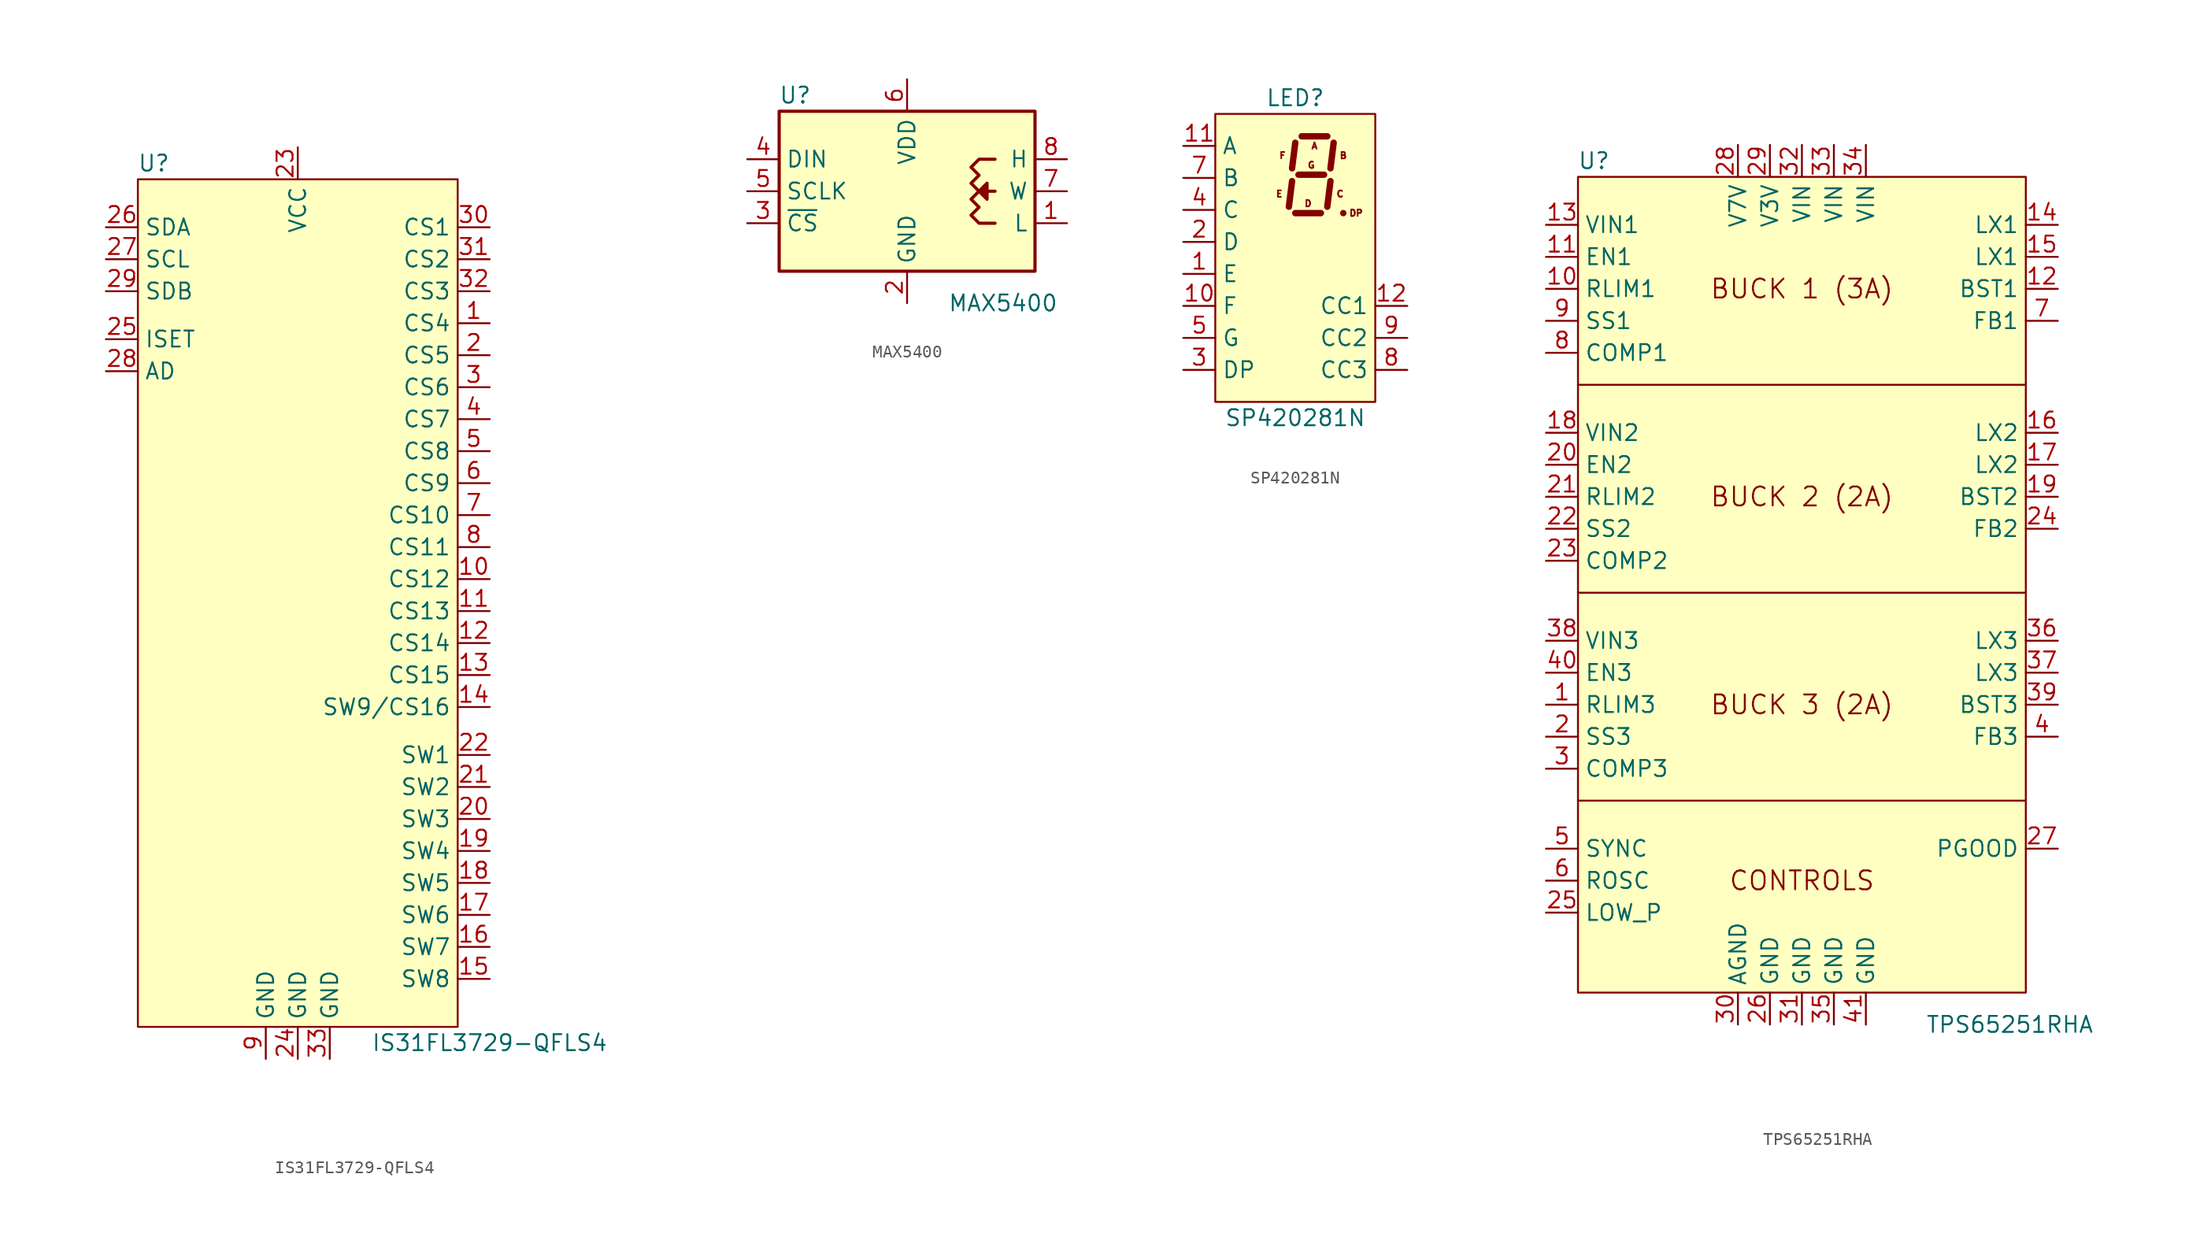
<source format=kicad_sym>
(kicad_symbol_lib
  (version 20211014)
  (generator kicad_symbol_editor)
  (symbol "IS31FL3729-QFLS4"
    (property "Reference" "U"
      (at -11.43 33.02 0)
      (effects (font (size 1.27 1.27))))
    (property "Value" "IS31FL3729-QFLS4"
      (at 15.24 -36.83 0)
      (effects (font (size 1.27 1.27))))
    (symbol "IS31FL3729-QFLS4_0_0"
      (pin input line (at 15.24 20.32 180) (length 2.54) (name "CS4" (effects (font (size 1.27 1.27)))) (number "1" (effects (font (size 1.27 1.27)))))
      (pin input line (at 15.24 0 180) (length 2.54) (name "CS12" (effects (font (size 1.27 1.27)))) (number "10" (effects (font (size 1.27 1.27)))))
      (pin input line (at 15.24 -2.54 180) (length 2.54) (name "CS13" (effects (font (size 1.27 1.27)))) (number "11" (effects (font (size 1.27 1.27)))))
      (pin input line (at 15.24 -5.08 180) (length 2.54) (name "CS14" (effects (font (size 1.27 1.27)))) (number "12" (effects (font (size 1.27 1.27)))))
      (pin input line (at 15.24 -7.62 180) (length 2.54) (name "CS15" (effects (font (size 1.27 1.27)))) (number "13" (effects (font (size 1.27 1.27)))))
      (pin bidirectional line (at 15.24 -10.16 180) (length 2.54) (name "SW9/CS16" (effects (font (size 1.27 1.27)))) (number "14" (effects (font (size 1.27 1.27)))))
      (pin output line (at 15.24 -31.75 180) (length 2.54) (name "SW8" (effects (font (size 1.27 1.27)))) (number "15" (effects (font (size 1.27 1.27)))))
      (pin output line (at 15.24 -29.21 180) (length 2.54) (name "SW7" (effects (font (size 1.27 1.27)))) (number "16" (effects (font (size 1.27 1.27)))))
      (pin output line (at 15.24 -26.67 180) (length 2.54) (name "SW6" (effects (font (size 1.27 1.27)))) (number "17" (effects (font (size 1.27 1.27)))))
      (pin output line (at 15.24 -24.13 180) (length 2.54) (name "SW5" (effects (font (size 1.27 1.27)))) (number "18" (effects (font (size 1.27 1.27)))))
      (pin output line (at 15.24 -21.59 180) (length 2.54) (name "SW4" (effects (font (size 1.27 1.27)))) (number "19" (effects (font (size 1.27 1.27)))))
      (pin input line (at 15.24 17.78 180) (length 2.54) (name "CS5" (effects (font (size 1.27 1.27)))) (number "2" (effects (font (size 1.27 1.27)))))
      (pin output line (at 15.24 -19.05 180) (length 2.54) (name "SW3" (effects (font (size 1.27 1.27)))) (number "20" (effects (font (size 1.27 1.27)))))
      (pin output line (at 15.24 -16.51 180) (length 2.54) (name "SW2" (effects (font (size 1.27 1.27)))) (number "21" (effects (font (size 1.27 1.27)))))
      (pin output line (at 15.24 -13.97 180) (length 2.54) (name "SW1" (effects (font (size 1.27 1.27)))) (number "22" (effects (font (size 1.27 1.27)))))
      (pin power_in line (at 0 34.29 270) (length 2.54) (name "VCC" (effects (font (size 1.27 1.27)))) (number "23" (effects (font (size 1.27 1.27)))))
      (pin power_in line (at 0 -38.1 90) (length 2.54) (name "GND" (effects (font (size 1.27 1.27)))) (number "24" (effects (font (size 1.27 1.27)))))
      (pin input line (at -15.24 19.05 0) (length 2.54) (name "ISET" (effects (font (size 1.27 1.27)))) (number "25" (effects (font (size 1.27 1.27)))))
      (pin bidirectional line (at -15.24 27.94 0) (length 2.54) (name "SDA" (effects (font (size 1.27 1.27)))) (number "26" (effects (font (size 1.27 1.27)))))
      (pin bidirectional line (at -15.24 25.4 0) (length 2.54) (name "SCL" (effects (font (size 1.27 1.27)))) (number "27" (effects (font (size 1.27 1.27)))))
      (pin input line (at -15.24 16.51 0) (length 2.54) (name "AD" (effects (font (size 1.27 1.27)))) (number "28" (effects (font (size 1.27 1.27)))))
      (pin input line (at -15.24 22.86 0) (length 2.54) (name "SDB" (effects (font (size 1.27 1.27)))) (number "29" (effects (font (size 1.27 1.27)))))
      (pin input line (at 15.24 15.24 180) (length 2.54) (name "CS6" (effects (font (size 1.27 1.27)))) (number "3" (effects (font (size 1.27 1.27)))))
      (pin input line (at 15.24 27.94 180) (length 2.54) (name "CS1" (effects (font (size 1.27 1.27)))) (number "30" (effects (font (size 1.27 1.27)))))
      (pin input line (at 15.24 25.4 180) (length 2.54) (name "CS2" (effects (font (size 1.27 1.27)))) (number "31" (effects (font (size 1.27 1.27)))))
      (pin input line (at 15.24 22.86 180) (length 2.54) (name "CS3" (effects (font (size 1.27 1.27)))) (number "32" (effects (font (size 1.27 1.27)))))
      (pin power_in line (at 2.54 -38.1 90) (length 2.54) (name "GND" (effects (font (size 1.27 1.27)))) (number "33" (effects (font (size 1.27 1.27)))))
      (pin input line (at 15.24 12.7 180) (length 2.54) (name "CS7" (effects (font (size 1.27 1.27)))) (number "4" (effects (font (size 1.27 1.27)))))
      (pin input line (at 15.24 10.16 180) (length 2.54) (name "CS8" (effects (font (size 1.27 1.27)))) (number "5" (effects (font (size 1.27 1.27)))))
      (pin input line (at 15.24 7.62 180) (length 2.54) (name "CS9" (effects (font (size 1.27 1.27)))) (number "6" (effects (font (size 1.27 1.27)))))
      (pin input line (at 15.24 5.08 180) (length 2.54) (name "CS10" (effects (font (size 1.27 1.27)))) (number "7" (effects (font (size 1.27 1.27)))))
      (pin input line (at 15.24 2.54 180) (length 2.54) (name "CS11" (effects (font (size 1.27 1.27)))) (number "8" (effects (font (size 1.27 1.27)))))
      (pin power_in line (at -2.54 -38.1 90) (length 2.54) (name "GND" (effects (font (size 1.27 1.27)))) (number "9" (effects (font (size 1.27 1.27))))))
    (symbol "IS31FL3729-QFLS4_0_1"
      (rectangle (start -12.7 31.75) (end 12.7 -35.56) (stroke (width 0) (type default) (color 0 0 0 0)) (fill (type background)))))
  (symbol "MAX5400"
    (property "Reference" "U"
      (at -8.89 7.62 0)
      (effects (font (size 1.27 1.27))))
    (property "Value" "MAX5400"
      (at 7.62 -8.89 0)
      (effects (font (size 1.27 1.27))))
    (symbol "MAX5400_0_1"
      (rectangle (start -10.16 6.35) (end 10.16 -6.35) (stroke (width 0.254) (type default) (color 0 0 0 0)) (fill (type background)))
      (polyline (pts (xy 6.985 0) (xy 6.35 0) (xy 5.715 0) (xy 6.35 0.635) (xy 6.35 -0.635) (xy 5.715 0)) (stroke (width 0.254) (type default) (color 0 0 0 0)) (fill (type outline)))
      (polyline (pts (xy 6.985 2.54) (xy 5.715 2.54) (xy 5.08 1.905) (xy 5.715 1.27) (xy 5.08 0.635) (xy 5.715 0) (xy 5.08 -0.635) (xy 5.715 -1.27) (xy 5.08 -1.905) (xy 5.715 -2.54) (xy 6.985 -2.54)) (stroke (width 0.254) (type default) (color 0 0 0 0)) (fill (type none))))
    (symbol "MAX5400_1_1"
      (pin passive line (at 12.7 -2.54 180) (length 2.54) (name "L" (effects (font (size 1.27 1.27)))) (number "1" (effects (font (size 1.27 1.27)))))
      (pin power_in line (at 0 -8.89 90) (length 2.54) (name "GND" (effects (font (size 1.27 1.27)))) (number "2" (effects (font (size 1.27 1.27)))))
      (pin input line (at -12.7 -2.54 0) (length 2.54) (name "~{CS}" (effects (font (size 1.27 1.27)))) (number "3" (effects (font (size 1.27 1.27)))))
      (pin input line (at -12.7 2.54 0) (length 2.54) (name "DIN" (effects (font (size 1.27 1.27)))) (number "4" (effects (font (size 1.27 1.27)))))
      (pin input line (at -12.7 0 0) (length 2.54) (name "SCLK" (effects (font (size 1.27 1.27)))) (number "5" (effects (font (size 1.27 1.27)))))
      (pin power_in line (at 0 8.89 270) (length 2.54) (name "VDD" (effects (font (size 1.27 1.27)))) (number "6" (effects (font (size 1.27 1.27)))))
      (pin passive line (at 12.7 0 180) (length 2.54) (name "W" (effects (font (size 1.27 1.27)))) (number "7" (effects (font (size 1.27 1.27)))))
      (pin passive line (at 12.7 2.54 180) (length 2.54) (name "H" (effects (font (size 1.27 1.27)))) (number "8" (effects (font (size 1.27 1.27)))))))
  (symbol "SP420281N"
    (property "Reference" "LED"
      (at 0 12.7 0)
      (effects (font (size 1.27 1.27))))
    (property "Value" "SP420281N"
      (at 0 -12.7 0)
      (effects (font (size 1.27 1.27))))
    (symbol "SP420281N_0_0"
      (pin input line (at -8.89 -1.27 0) (length 2.54) (name "E" (effects (font (size 1.27 1.27)))) (number "1" (effects (font (size 1.27 1.27)))))
      (pin input line (at -8.89 -3.81 0) (length 2.54) (name "F" (effects (font (size 1.27 1.27)))) (number "10" (effects (font (size 1.27 1.27)))))
      (pin input line (at -8.89 8.89 0) (length 2.54) (name "A" (effects (font (size 1.27 1.27)))) (number "11" (effects (font (size 1.27 1.27)))))
      (pin input line (at 8.89 -3.81 180) (length 2.54) (name "CC1" (effects (font (size 1.27 1.27)))) (number "12" (effects (font (size 1.27 1.27)))))
      (pin input line (at -8.89 1.27 0) (length 2.54) (name "D" (effects (font (size 1.27 1.27)))) (number "2" (effects (font (size 1.27 1.27)))))
      (pin input line (at -8.89 -8.89 0) (length 2.54) (name "DP" (effects (font (size 1.27 1.27)))) (number "3" (effects (font (size 1.27 1.27)))))
      (pin input line (at -8.89 3.81 0) (length 2.54) (name "C" (effects (font (size 1.27 1.27)))) (number "4" (effects (font (size 1.27 1.27)))))
      (pin input line (at -8.89 -6.35 0) (length 2.54) (name "G" (effects (font (size 1.27 1.27)))) (number "5" (effects (font (size 1.27 1.27)))))
      (pin input line (at -8.89 6.35 0) (length 2.54) (name "B" (effects (font (size 1.27 1.27)))) (number "7" (effects (font (size 1.27 1.27)))))
      (pin input line (at 8.89 -8.89 180) (length 2.54) (name "CC3" (effects (font (size 1.27 1.27)))) (number "8" (effects (font (size 1.27 1.27)))))
      (pin input line (at 8.89 -6.35 180) (length 2.54) (name "CC2" (effects (font (size 1.27 1.27)))) (number "9" (effects (font (size 1.27 1.27))))))
    (symbol "SP420281N_0_1"
      (rectangle (start -6.35 11.43) (end 6.35 -11.43) (stroke (width 0) (type default) (color 0 0 0 0)) (fill (type background))))
    (symbol "SP420281N_1_0"
      (text "A" (at 1.524 8.89 0) (effects (font (size 0.508 0.508))))
      (text "B" (at 3.81 8.128 0) (effects (font (size 0.508 0.508))))
      (text "C" (at 3.556 5.08 0) (effects (font (size 0.508 0.508))))
      (text "D" (at 1.016 4.318 0) (effects (font (size 0.508 0.508))))
      (text "DP" (at 4.826 3.556 0) (effects (font (size 0.508 0.508))))
      (text "E" (at -1.27 5.08 0) (effects (font (size 0.508 0.508))))
      (text "F" (at -1.016 8.128 0) (effects (font (size 0.508 0.508))))
      (text "G" (at 1.27 7.366 0) (effects (font (size 0.508 0.508)))))
    (symbol "SP420281N_1_1"
      (polyline (pts (xy -0.254 6.096) (xy -0.508 4.064)) (stroke (width 0.508) (type default) (color 0 0 0 0)) (fill (type none)))
      (polyline (pts (xy 0 3.556) (xy 2.032 3.556)) (stroke (width 0.508) (type default) (color 0 0 0 0)) (fill (type none)))
      (polyline (pts (xy 0 9.144) (xy -0.254 7.112)) (stroke (width 0.508) (type default) (color 0 0 0 0)) (fill (type none)))
      (polyline (pts (xy 0.254 6.604) (xy 2.286 6.604)) (stroke (width 0.508) (type default) (color 0 0 0 0)) (fill (type none)))
      (polyline (pts (xy 0.508 9.652) (xy 2.54 9.652)) (stroke (width 0.508) (type default) (color 0 0 0 0)) (fill (type none)))
      (polyline (pts (xy 2.794 6.096) (xy 2.54 4.064)) (stroke (width 0.508) (type default) (color 0 0 0 0)) (fill (type none)))
      (polyline (pts (xy 3.048 9.144) (xy 2.794 7.112)) (stroke (width 0.508) (type default) (color 0 0 0 0)) (fill (type none)))
      (polyline (pts (xy 3.81 3.556) (xy 3.81 3.556)) (stroke (width 0.508) (type default) (color 0 0 0 0)) (fill (type none)))))
  (symbol "TPS65251RHA"
    (property "Reference" "U"
      (at -16.51 34.29 0)
      (effects (font (size 1.27 1.27))))
    (property "Value" "TPS65251RHA"
      (at 16.51 -34.29 0)
      (effects (font (size 1.27 1.27))))
    (symbol "TPS65251RHA_0_0"
      (polyline (pts (xy -17.78 -16.51) (xy 17.78 -16.51)) (stroke (width 0) (type default) (color 0 0 0 0)) (fill (type none)))
      (polyline (pts (xy -17.78 0) (xy 17.78 0)) (stroke (width 0) (type default) (color 0 0 0 0)) (fill (type none)))
      (polyline (pts (xy -17.78 16.51) (xy 17.78 16.51)) (stroke (width 0) (type default) (color 0 0 0 0)) (fill (type none)))
      (text "BUCK 1 (3A)" (at 0 24.13 0) (effects (font (size 1.5 1.5))))
      (text "BUCK 2 (2A)" (at 0 7.62 0) (effects (font (size 1.5 1.5))))
      (text "BUCK 3 (2A)" (at 0 -8.89 0) (effects (font (size 1.5 1.5))))
      (text "CONTROLS" (at 0 -22.86 0) (effects (font (size 1.5 1.5))))
      (pin input line (at -20.32 -8.89 0) (length 2.54) (name "RLIM3" (effects (font (size 1.27 1.27)))) (number "1" (effects (font (size 1.27 1.27)))))
      (pin input line (at -20.32 24.13 0) (length 2.54) (name "RLIM1" (effects (font (size 1.27 1.27)))) (number "10" (effects (font (size 1.27 1.27)))))
      (pin input line (at -20.32 26.67 0) (length 2.54) (name "EN1" (effects (font (size 1.27 1.27)))) (number "11" (effects (font (size 1.27 1.27)))))
      (pin input line (at 20.32 24.13 180) (length 2.54) (name "BST1" (effects (font (size 1.27 1.27)))) (number "12" (effects (font (size 1.27 1.27)))))
      (pin power_in line (at -20.32 29.21 0) (length 2.54) (name "VIN1" (effects (font (size 1.27 1.27)))) (number "13" (effects (font (size 1.27 1.27)))))
      (pin power_out line (at 20.32 29.21 180) (length 2.54) (name "LX1" (effects (font (size 1.27 1.27)))) (number "14" (effects (font (size 1.27 1.27)))))
      (pin power_out line (at 20.32 26.67 180) (length 2.54) (name "LX1" (effects (font (size 1.27 1.27)))) (number "15" (effects (font (size 1.27 1.27)))))
      (pin power_out line (at 20.32 12.7 180) (length 2.54) (name "LX2" (effects (font (size 1.27 1.27)))) (number "16" (effects (font (size 1.27 1.27)))))
      (pin power_out line (at 20.32 10.16 180) (length 2.54) (name "LX2" (effects (font (size 1.27 1.27)))) (number "17" (effects (font (size 1.27 1.27)))))
      (pin power_in line (at -20.32 12.7 0) (length 2.54) (name "VIN2" (effects (font (size 1.27 1.27)))) (number "18" (effects (font (size 1.27 1.27)))))
      (pin input line (at 20.32 7.62 180) (length 2.54) (name "BST2" (effects (font (size 1.27 1.27)))) (number "19" (effects (font (size 1.27 1.27)))))
      (pin input line (at -20.32 -11.43 0) (length 2.54) (name "SS3" (effects (font (size 1.27 1.27)))) (number "2" (effects (font (size 1.27 1.27)))))
      (pin input line (at -20.32 10.16 0) (length 2.54) (name "EN2" (effects (font (size 1.27 1.27)))) (number "20" (effects (font (size 1.27 1.27)))))
      (pin input line (at -20.32 7.62 0) (length 2.54) (name "RLIM2" (effects (font (size 1.27 1.27)))) (number "21" (effects (font (size 1.27 1.27)))))
      (pin input line (at -20.32 5.08 0) (length 2.54) (name "SS2" (effects (font (size 1.27 1.27)))) (number "22" (effects (font (size 1.27 1.27)))))
      (pin output line (at -20.32 2.54 0) (length 2.54) (name "COMP2" (effects (font (size 1.27 1.27)))) (number "23" (effects (font (size 1.27 1.27)))))
      (pin input line (at 20.32 5.08 180) (length 2.54) (name "FB2" (effects (font (size 1.27 1.27)))) (number "24" (effects (font (size 1.27 1.27)))))
      (pin input line (at -20.32 -25.4 0) (length 2.54) (name "LOW_P" (effects (font (size 1.27 1.27)))) (number "25" (effects (font (size 1.27 1.27)))))
      (pin power_in line (at -2.54 -34.29 90) (length 2.54) (name "GND" (effects (font (size 1.27 1.27)))) (number "26" (effects (font (size 1.27 1.27)))))
      (pin output line (at 20.32 -20.32 180) (length 2.54) (name "PGOOD" (effects (font (size 1.27 1.27)))) (number "27" (effects (font (size 1.27 1.27)))))
      (pin power_out line (at -5.08 35.56 270) (length 2.54) (name "V7V" (effects (font (size 1.27 1.27)))) (number "28" (effects (font (size 1.27 1.27)))))
      (pin power_out line (at -2.54 35.56 270) (length 2.54) (name "V3V" (effects (font (size 1.27 1.27)))) (number "29" (effects (font (size 1.27 1.27)))))
      (pin output line (at -20.32 -13.97 0) (length 2.54) (name "COMP3" (effects (font (size 1.27 1.27)))) (number "3" (effects (font (size 1.27 1.27)))))
      (pin power_in line (at -5.08 -34.29 90) (length 2.54) (name "AGND" (effects (font (size 1.27 1.27)))) (number "30" (effects (font (size 1.27 1.27)))))
      (pin power_in line (at 0 -34.29 90) (length 2.54) (name "GND" (effects (font (size 1.27 1.27)))) (number "31" (effects (font (size 1.27 1.27)))))
      (pin power_in line (at 0 35.56 270) (length 2.54) (name "VIN" (effects (font (size 1.27 1.27)))) (number "32" (effects (font (size 1.27 1.27)))))
      (pin power_in line (at 2.54 35.56 270) (length 2.54) (name "VIN" (effects (font (size 1.27 1.27)))) (number "33" (effects (font (size 1.27 1.27)))))
      (pin power_in line (at 5.08 35.56 270) (length 2.54) (name "VIN" (effects (font (size 1.27 1.27)))) (number "34" (effects (font (size 1.27 1.27)))))
      (pin power_in line (at 2.54 -34.29 90) (length 2.54) (name "GND" (effects (font (size 1.27 1.27)))) (number "35" (effects (font (size 1.27 1.27)))))
      (pin power_out line (at 20.32 -3.81 180) (length 2.54) (name "LX3" (effects (font (size 1.27 1.27)))) (number "36" (effects (font (size 1.27 1.27)))))
      (pin power_out line (at 20.32 -6.35 180) (length 2.54) (name "LX3" (effects (font (size 1.27 1.27)))) (number "37" (effects (font (size 1.27 1.27)))))
      (pin power_in line (at -20.32 -3.81 0) (length 2.54) (name "VIN3" (effects (font (size 1.27 1.27)))) (number "38" (effects (font (size 1.27 1.27)))))
      (pin input line (at 20.32 -8.89 180) (length 2.54) (name "BST3" (effects (font (size 1.27 1.27)))) (number "39" (effects (font (size 1.27 1.27)))))
      (pin input line (at 20.32 -11.43 180) (length 2.54) (name "FB3" (effects (font (size 1.27 1.27)))) (number "4" (effects (font (size 1.27 1.27)))))
      (pin input line (at -20.32 -6.35 0) (length 2.54) (name "EN3" (effects (font (size 1.27 1.27)))) (number "40" (effects (font (size 1.27 1.27)))))
      (pin power_in line (at 5.08 -34.29 90) (length 2.54) (name "GND" (effects (font (size 1.27 1.27)))) (number "41" (effects (font (size 1.27 1.27)))))
      (pin input line (at -20.32 -20.32 0) (length 2.54) (name "SYNC" (effects (font (size 1.27 1.27)))) (number "5" (effects (font (size 1.27 1.27)))))
      (pin input line (at -20.32 -22.86 0) (length 2.54) (name "ROSC" (effects (font (size 1.27 1.27)))) (number "6" (effects (font (size 1.27 1.27)))))
      (pin input line (at 20.32 21.59 180) (length 2.54) (name "FB1" (effects (font (size 1.27 1.27)))) (number "7" (effects (font (size 1.27 1.27)))))
      (pin output line (at -20.32 19.05 0) (length 2.54) (name "COMP1" (effects (font (size 1.27 1.27)))) (number "8" (effects (font (size 1.27 1.27)))))
      (pin input line (at -20.32 21.59 0) (length 2.54) (name "SS1" (effects (font (size 1.27 1.27)))) (number "9" (effects (font (size 1.27 1.27))))))
    (symbol "TPS65251RHA_0_1"
      (rectangle (start -17.78 33.02) (end 17.78 -31.75) (stroke (width 0) (type default) (color 0 0 0 0)) (fill (type background))))))
</source>
